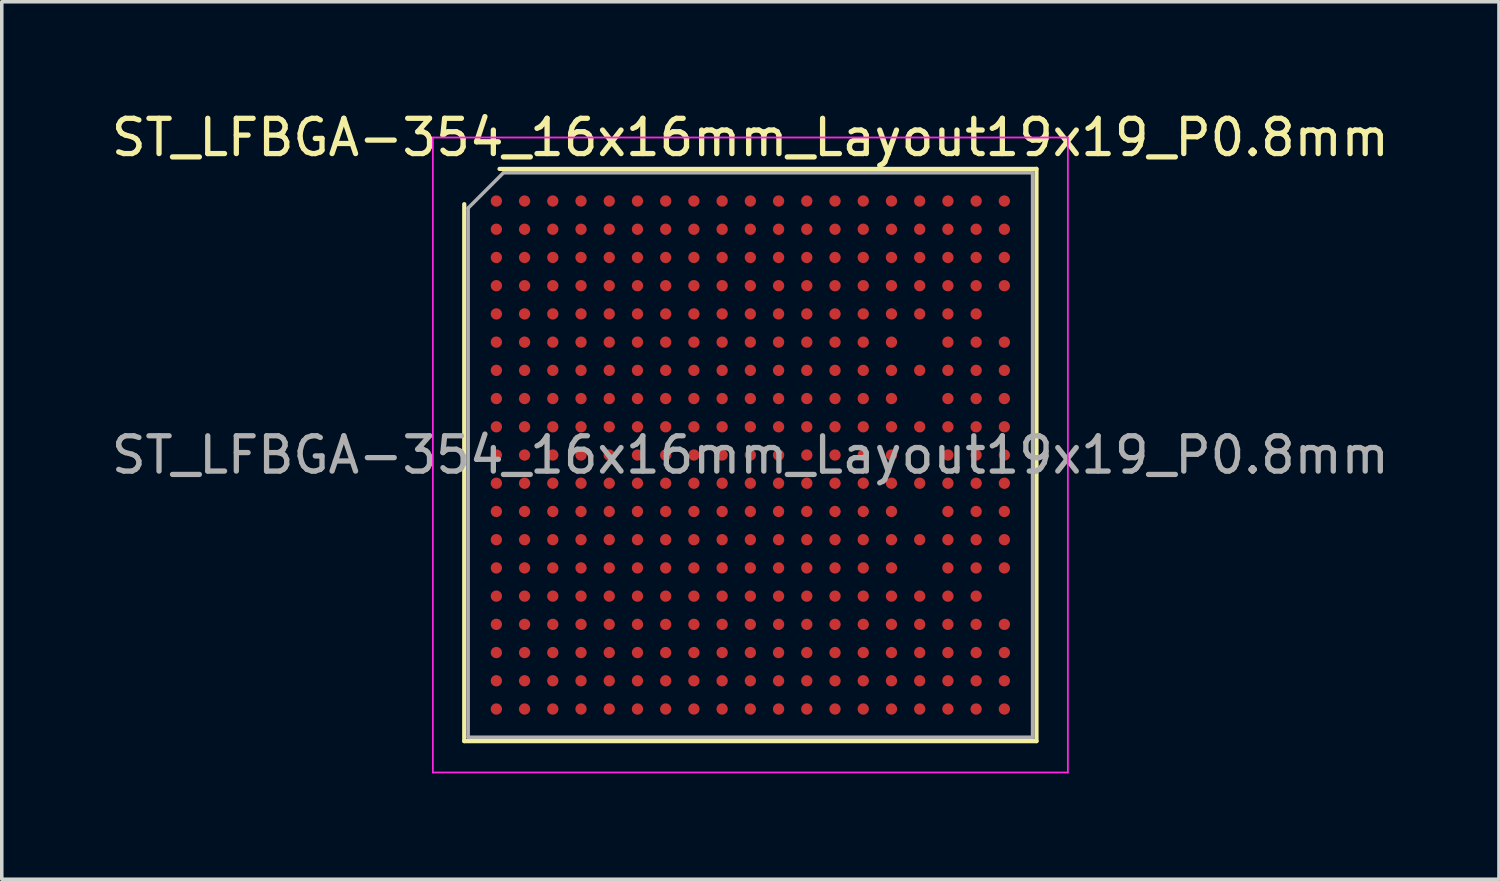
<source format=kicad_pcb>
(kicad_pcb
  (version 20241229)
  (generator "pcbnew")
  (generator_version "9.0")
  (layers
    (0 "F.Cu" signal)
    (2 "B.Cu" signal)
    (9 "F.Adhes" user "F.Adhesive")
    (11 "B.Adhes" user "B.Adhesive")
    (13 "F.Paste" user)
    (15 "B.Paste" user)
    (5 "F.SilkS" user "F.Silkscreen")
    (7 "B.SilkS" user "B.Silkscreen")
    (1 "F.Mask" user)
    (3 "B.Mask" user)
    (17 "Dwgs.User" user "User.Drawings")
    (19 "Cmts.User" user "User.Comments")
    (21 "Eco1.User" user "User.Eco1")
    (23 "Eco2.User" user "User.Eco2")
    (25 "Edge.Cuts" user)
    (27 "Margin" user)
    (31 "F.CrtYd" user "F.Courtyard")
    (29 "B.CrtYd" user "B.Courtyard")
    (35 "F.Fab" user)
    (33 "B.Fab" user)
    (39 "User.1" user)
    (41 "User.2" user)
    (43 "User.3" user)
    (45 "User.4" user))
  (footprint "ST_LFBGA-354_16x16mm_Layout19x19_P0.8mm"
    (layer "F.Cu")
    (at 18.22 9.848)
    (property "Reference" "ST_LFBGA-354_16x16mm_Layout19x19_P0.8mm" (at 0 -9 0) (layer "F.SilkS") (effects (font (size 1 1) (thickness 0.15))))
    (attr smd)
    (fp_line (start -8.11 8.11) (end -8.11 -7.11) (stroke (width 0.12) (type solid)) (layer "F.SilkS"))
    (fp_line (start -7.11 -8.11) (end 8.11 -8.11) (stroke (width 0.12) (type solid)) (layer "F.SilkS"))
    (fp_line (start 8.11 -8.11) (end 8.11 8.11) (stroke (width 0.12) (type solid)) (layer "F.SilkS"))
    (fp_line (start 8.11 8.11) (end -8.11 8.11) (stroke (width 0.12) (type solid)) (layer "F.SilkS"))
    (fp_line (start -9 -9) (end -9 9) (stroke (width 0.05) (type solid)) (layer "F.CrtYd"))
    (fp_line (start -9 9) (end 9 9) (stroke (width 0.05) (type solid)) (layer "F.CrtYd"))
    (fp_line (start 9 -9) (end -9 -9) (stroke (width 0.05) (type solid)) (layer "F.CrtYd"))
    (fp_line (start 9 9) (end 9 -9) (stroke (width 0.05) (type solid)) (layer "F.CrtYd"))
    (fp_line (start -8 -7) (end -7 -8) (stroke (width 0.1) (type solid)) (layer "F.Fab"))
    (fp_line (start -8 8) (end -8 -7) (stroke (width 0.1) (type solid)) (layer "F.Fab"))
    (fp_line (start -7 -8) (end 8 -8) (stroke (width 0.1) (type solid)) (layer "F.Fab"))
    (fp_line (start 8 -8) (end 8 8) (stroke (width 0.1) (type solid)) (layer "F.Fab"))
    (fp_line (start 8 8) (end -8 8) (stroke (width 0.1) (type solid)) (layer "F.Fab"))
    (fp_text user "${REFERENCE}" (at 0 0 0) (layer "F.Fab") (effects (font (size 1 1) (thickness 0.15))))
    (pad "A1" smd circle (at -7.2 -7.2) (size 0.32 0.32) (layers "F.Cu" "F.Mask" "F.Paste"))
    (pad "A2" smd circle (at -6.4 -7.2) (size 0.32 0.32) (layers "F.Cu" "F.Mask" "F.Paste"))
    (pad "A3" smd circle (at -5.6 -7.2) (size 0.32 0.32) (layers "F.Cu" "F.Mask" "F.Paste"))
    (pad "A4" smd circle (at -4.8 -7.2) (size 0.32 0.32) (layers "F.Cu" "F.Mask" "F.Paste"))
    (pad "A5" smd circle (at -4 -7.2) (size 0.32 0.32) (layers "F.Cu" "F.Mask" "F.Paste"))
    (pad "A6" smd circle (at -3.2 -7.2) (size 0.32 0.32) (layers "F.Cu" "F.Mask" "F.Paste"))
    (pad "A7" smd circle (at -2.4 -7.2) (size 0.32 0.32) (layers "F.Cu" "F.Mask" "F.Paste"))
    (pad "A8" smd circle (at -1.6 -7.2) (size 0.32 0.32) (layers "F.Cu" "F.Mask" "F.Paste"))
    (pad "A9" smd circle (at -0.8 -7.2) (size 0.32 0.32) (layers "F.Cu" "F.Mask" "F.Paste"))
    (pad "A10" smd circle (at 0 -7.2) (size 0.32 0.32) (layers "F.Cu" "F.Mask" "F.Paste"))
    (pad "A11" smd circle (at 0.8 -7.2) (size 0.32 0.32) (layers "F.Cu" "F.Mask" "F.Paste"))
    (pad "A12" smd circle (at 1.6 -7.2) (size 0.32 0.32) (layers "F.Cu" "F.Mask" "F.Paste"))
    (pad "A13" smd circle (at 2.4 -7.2) (size 0.32 0.32) (layers "F.Cu" "F.Mask" "F.Paste"))
    (pad "A14" smd circle (at 3.2 -7.2) (size 0.32 0.32) (layers "F.Cu" "F.Mask" "F.Paste"))
    (pad "A15" smd circle (at 4 -7.2) (size 0.32 0.32) (layers "F.Cu" "F.Mask" "F.Paste"))
    (pad "A16" smd circle (at 4.8 -7.2) (size 0.32 0.32) (layers "F.Cu" "F.Mask" "F.Paste"))
    (pad "A17" smd circle (at 5.6 -7.2) (size 0.32 0.32) (layers "F.Cu" "F.Mask" "F.Paste"))
    (pad "A18" smd circle (at 6.4 -7.2) (size 0.32 0.32) (layers "F.Cu" "F.Mask" "F.Paste"))
    (pad "A19" smd circle (at 7.2 -7.2) (size 0.32 0.32) (layers "F.Cu" "F.Mask" "F.Paste"))
    (pad "B1" smd circle (at -7.2 -6.4) (size 0.32 0.32) (layers "F.Cu" "F.Mask" "F.Paste"))
    (pad "B2" smd circle (at -6.4 -6.4) (size 0.32 0.32) (layers "F.Cu" "F.Mask" "F.Paste"))
    (pad "B3" smd circle (at -5.6 -6.4) (size 0.32 0.32) (layers "F.Cu" "F.Mask" "F.Paste"))
    (pad "B4" smd circle (at -4.8 -6.4) (size 0.32 0.32) (layers "F.Cu" "F.Mask" "F.Paste"))
    (pad "B5" smd circle (at -4 -6.4) (size 0.32 0.32) (layers "F.Cu" "F.Mask" "F.Paste"))
    (pad "B6" smd circle (at -3.2 -6.4) (size 0.32 0.32) (layers "F.Cu" "F.Mask" "F.Paste"))
    (pad "B7" smd circle (at -2.4 -6.4) (size 0.32 0.32) (layers "F.Cu" "F.Mask" "F.Paste"))
    (pad "B8" smd circle (at -1.6 -6.4) (size 0.32 0.32) (layers "F.Cu" "F.Mask" "F.Paste"))
    (pad "B9" smd circle (at -0.8 -6.4) (size 0.32 0.32) (layers "F.Cu" "F.Mask" "F.Paste"))
    (pad "B10" smd circle (at 0 -6.4) (size 0.32 0.32) (layers "F.Cu" "F.Mask" "F.Paste"))
    (pad "B11" smd circle (at 0.8 -6.4) (size 0.32 0.32) (layers "F.Cu" "F.Mask" "F.Paste"))
    (pad "B12" smd circle (at 1.6 -6.4) (size 0.32 0.32) (layers "F.Cu" "F.Mask" "F.Paste"))
    (pad "B13" smd circle (at 2.4 -6.4) (size 0.32 0.32) (layers "F.Cu" "F.Mask" "F.Paste"))
    (pad "B14" smd circle (at 3.2 -6.4) (size 0.32 0.32) (layers "F.Cu" "F.Mask" "F.Paste"))
    (pad "B15" smd circle (at 4 -6.4) (size 0.32 0.32) (layers "F.Cu" "F.Mask" "F.Paste"))
    (pad "B16" smd circle (at 4.8 -6.4) (size 0.32 0.32) (layers "F.Cu" "F.Mask" "F.Paste"))
    (pad "B17" smd circle (at 5.6 -6.4) (size 0.32 0.32) (layers "F.Cu" "F.Mask" "F.Paste"))
    (pad "B18" smd circle (at 6.4 -6.4) (size 0.32 0.32) (layers "F.Cu" "F.Mask" "F.Paste"))
    (pad "B19" smd circle (at 7.2 -6.4) (size 0.32 0.32) (layers "F.Cu" "F.Mask" "F.Paste"))
    (pad "C1" smd circle (at -7.2 -5.6) (size 0.32 0.32) (layers "F.Cu" "F.Mask" "F.Paste"))
    (pad "C2" smd circle (at -6.4 -5.6) (size 0.32 0.32) (layers "F.Cu" "F.Mask" "F.Paste"))
    (pad "C3" smd circle (at -5.6 -5.6) (size 0.32 0.32) (layers "F.Cu" "F.Mask" "F.Paste"))
    (pad "C4" smd circle (at -4.8 -5.6) (size 0.32 0.32) (layers "F.Cu" "F.Mask" "F.Paste"))
    (pad "C5" smd circle (at -4 -5.6) (size 0.32 0.32) (layers "F.Cu" "F.Mask" "F.Paste"))
    (pad "C6" smd circle (at -3.2 -5.6) (size 0.32 0.32) (layers "F.Cu" "F.Mask" "F.Paste"))
    (pad "C7" smd circle (at -2.4 -5.6) (size 0.32 0.32) (layers "F.Cu" "F.Mask" "F.Paste"))
    (pad "C8" smd circle (at -1.6 -5.6) (size 0.32 0.32) (layers "F.Cu" "F.Mask" "F.Paste"))
    (pad "C9" smd circle (at -0.8 -5.6) (size 0.32 0.32) (layers "F.Cu" "F.Mask" "F.Paste"))
    (pad "C10" smd circle (at 0 -5.6) (size 0.32 0.32) (layers "F.Cu" "F.Mask" "F.Paste"))
    (pad "C11" smd circle (at 0.8 -5.6) (size 0.32 0.32) (layers "F.Cu" "F.Mask" "F.Paste"))
    (pad "C12" smd circle (at 1.6 -5.6) (size 0.32 0.32) (layers "F.Cu" "F.Mask" "F.Paste"))
    (pad "C13" smd circle (at 2.4 -5.6) (size 0.32 0.32) (layers "F.Cu" "F.Mask" "F.Paste"))
    (pad "C14" smd circle (at 3.2 -5.6) (size 0.32 0.32) (layers "F.Cu" "F.Mask" "F.Paste"))
    (pad "C15" smd circle (at 4 -5.6) (size 0.32 0.32) (layers "F.Cu" "F.Mask" "F.Paste"))
    (pad "C16" smd circle (at 4.8 -5.6) (size 0.32 0.32) (layers "F.Cu" "F.Mask" "F.Paste"))
    (pad "C17" smd circle (at 5.6 -5.6) (size 0.32 0.32) (layers "F.Cu" "F.Mask" "F.Paste"))
    (pad "C18" smd circle (at 6.4 -5.6) (size 0.32 0.32) (layers "F.Cu" "F.Mask" "F.Paste"))
    (pad "C19" smd circle (at 7.2 -5.6) (size 0.32 0.32) (layers "F.Cu" "F.Mask" "F.Paste"))
    (pad "D1" smd circle (at -7.2 -4.8) (size 0.32 0.32) (layers "F.Cu" "F.Mask" "F.Paste"))
    (pad "D2" smd circle (at -6.4 -4.8) (size 0.32 0.32) (layers "F.Cu" "F.Mask" "F.Paste"))
    (pad "D3" smd circle (at -5.6 -4.8) (size 0.32 0.32) (layers "F.Cu" "F.Mask" "F.Paste"))
    (pad "D4" smd circle (at -4.8 -4.8) (size 0.32 0.32) (layers "F.Cu" "F.Mask" "F.Paste"))
    (pad "D5" smd circle (at -4 -4.8) (size 0.32 0.32) (layers "F.Cu" "F.Mask" "F.Paste"))
    (pad "D6" smd circle (at -3.2 -4.8) (size 0.32 0.32) (layers "F.Cu" "F.Mask" "F.Paste"))
    (pad "D7" smd circle (at -2.4 -4.8) (size 0.32 0.32) (layers "F.Cu" "F.Mask" "F.Paste"))
    (pad "D8" smd circle (at -1.6 -4.8) (size 0.32 0.32) (layers "F.Cu" "F.Mask" "F.Paste"))
    (pad "D9" smd circle (at -0.8 -4.8) (size 0.32 0.32) (layers "F.Cu" "F.Mask" "F.Paste"))
    (pad "D10" smd circle (at 0 -4.8) (size 0.32 0.32) (layers "F.Cu" "F.Mask" "F.Paste"))
    (pad "D11" smd circle (at 0.8 -4.8) (size 0.32 0.32) (layers "F.Cu" "F.Mask" "F.Paste"))
    (pad "D12" smd circle (at 1.6 -4.8) (size 0.32 0.32) (layers "F.Cu" "F.Mask" "F.Paste"))
    (pad "D13" smd circle (at 2.4 -4.8) (size 0.32 0.32) (layers "F.Cu" "F.Mask" "F.Paste"))
    (pad "D14" smd circle (at 3.2 -4.8) (size 0.32 0.32) (layers "F.Cu" "F.Mask" "F.Paste"))
    (pad "D15" smd circle (at 4 -4.8) (size 0.32 0.32) (layers "F.Cu" "F.Mask" "F.Paste"))
    (pad "D16" smd circle (at 4.8 -4.8) (size 0.32 0.32) (layers "F.Cu" "F.Mask" "F.Paste"))
    (pad "D17" smd circle (at 5.6 -4.8) (size 0.32 0.32) (layers "F.Cu" "F.Mask" "F.Paste"))
    (pad "D18" smd circle (at 6.4 -4.8) (size 0.32 0.32) (layers "F.Cu" "F.Mask" "F.Paste"))
    (pad "D19" smd circle (at 7.2 -4.8) (size 0.32 0.32) (layers "F.Cu" "F.Mask" "F.Paste"))
    (pad "E1" smd circle (at -7.2 -4) (size 0.32 0.32) (layers "F.Cu" "F.Mask" "F.Paste"))
    (pad "E2" smd circle (at -6.4 -4) (size 0.32 0.32) (layers "F.Cu" "F.Mask" "F.Paste"))
    (pad "E3" smd circle (at -5.6 -4) (size 0.32 0.32) (layers "F.Cu" "F.Mask" "F.Paste"))
    (pad "E4" smd circle (at -4.8 -4) (size 0.32 0.32) (layers "F.Cu" "F.Mask" "F.Paste"))
    (pad "E5" smd circle (at -4 -4) (size 0.32 0.32) (layers "F.Cu" "F.Mask" "F.Paste"))
    (pad "E6" smd circle (at -3.2 -4) (size 0.32 0.32) (layers "F.Cu" "F.Mask" "F.Paste"))
    (pad "E7" smd circle (at -2.4 -4) (size 0.32 0.32) (layers "F.Cu" "F.Mask" "F.Paste"))
    (pad "E8" smd circle (at -1.6 -4) (size 0.32 0.32) (layers "F.Cu" "F.Mask" "F.Paste"))
    (pad "E9" smd circle (at -0.8 -4) (size 0.32 0.32) (layers "F.Cu" "F.Mask" "F.Paste"))
    (pad "E10" smd circle (at 0 -4) (size 0.32 0.32) (layers "F.Cu" "F.Mask" "F.Paste"))
    (pad "E11" smd circle (at 0.8 -4) (size 0.32 0.32) (layers "F.Cu" "F.Mask" "F.Paste"))
    (pad "E12" smd circle (at 1.6 -4) (size 0.32 0.32) (layers "F.Cu" "F.Mask" "F.Paste"))
    (pad "E13" smd circle (at 2.4 -4) (size 0.32 0.32) (layers "F.Cu" "F.Mask" "F.Paste"))
    (pad "E14" smd circle (at 3.2 -4) (size 0.32 0.32) (layers "F.Cu" "F.Mask" "F.Paste"))
    (pad "E15" smd circle (at 4 -4) (size 0.32 0.32) (layers "F.Cu" "F.Mask" "F.Paste"))
    (pad "E16" smd circle (at 4.8 -4) (size 0.32 0.32) (layers "F.Cu" "F.Mask" "F.Paste"))
    (pad "E17" smd circle (at 5.6 -4) (size 0.32 0.32) (layers "F.Cu" "F.Mask" "F.Paste"))
    (pad "E18" smd circle (at 6.4 -4) (size 0.32 0.32) (layers "F.Cu" "F.Mask" "F.Paste"))
    (pad "F1" smd circle (at -7.2 -3.2) (size 0.32 0.32) (layers "F.Cu" "F.Mask" "F.Paste"))
    (pad "F2" smd circle (at -6.4 -3.2) (size 0.32 0.32) (layers "F.Cu" "F.Mask" "F.Paste"))
    (pad "F3" smd circle (at -5.6 -3.2) (size 0.32 0.32) (layers "F.Cu" "F.Mask" "F.Paste"))
    (pad "F4" smd circle (at -4.8 -3.2) (size 0.32 0.32) (layers "F.Cu" "F.Mask" "F.Paste"))
    (pad "F5" smd circle (at -4 -3.2) (size 0.32 0.32) (layers "F.Cu" "F.Mask" "F.Paste"))
    (pad "F6" smd circle (at -3.2 -3.2) (size 0.32 0.32) (layers "F.Cu" "F.Mask" "F.Paste"))
    (pad "F7" smd circle (at -2.4 -3.2) (size 0.32 0.32) (layers "F.Cu" "F.Mask" "F.Paste"))
    (pad "F8" smd circle (at -1.6 -3.2) (size 0.32 0.32) (layers "F.Cu" "F.Mask" "F.Paste"))
    (pad "F9" smd circle (at -0.8 -3.2) (size 0.32 0.32) (layers "F.Cu" "F.Mask" "F.Paste"))
    (pad "F10" smd circle (at 0 -3.2) (size 0.32 0.32) (layers "F.Cu" "F.Mask" "F.Paste"))
    (pad "F11" smd circle (at 0.8 -3.2) (size 0.32 0.32) (layers "F.Cu" "F.Mask" "F.Paste"))
    (pad "F12" smd circle (at 1.6 -3.2) (size 0.32 0.32) (layers "F.Cu" "F.Mask" "F.Paste"))
    (pad "F13" smd circle (at 2.4 -3.2) (size 0.32 0.32) (layers "F.Cu" "F.Mask" "F.Paste"))
    (pad "F14" smd circle (at 3.2 -3.2) (size 0.32 0.32) (layers "F.Cu" "F.Mask" "F.Paste"))
    (pad "F15" smd circle (at 4 -3.2) (size 0.32 0.32) (layers "F.Cu" "F.Mask" "F.Paste"))
    (pad "F17" smd circle (at 5.6 -3.2) (size 0.32 0.32) (layers "F.Cu" "F.Mask" "F.Paste"))
    (pad "F18" smd circle (at 6.4 -3.2) (size 0.32 0.32) (layers "F.Cu" "F.Mask" "F.Paste"))
    (pad "F19" smd circle (at 7.2 -3.2) (size 0.32 0.32) (layers "F.Cu" "F.Mask" "F.Paste"))
    (pad "G1" smd circle (at -7.2 -2.4) (size 0.32 0.32) (layers "F.Cu" "F.Mask" "F.Paste"))
    (pad "G2" smd circle (at -6.4 -2.4) (size 0.32 0.32) (layers "F.Cu" "F.Mask" "F.Paste"))
    (pad "G3" smd circle (at -5.6 -2.4) (size 0.32 0.32) (layers "F.Cu" "F.Mask" "F.Paste"))
    (pad "G4" smd circle (at -4.8 -2.4) (size 0.32 0.32) (layers "F.Cu" "F.Mask" "F.Paste"))
    (pad "G5" smd circle (at -4 -2.4) (size 0.32 0.32) (layers "F.Cu" "F.Mask" "F.Paste"))
    (pad "G6" smd circle (at -3.2 -2.4) (size 0.32 0.32) (layers "F.Cu" "F.Mask" "F.Paste"))
    (pad "G7" smd circle (at -2.4 -2.4) (size 0.32 0.32) (layers "F.Cu" "F.Mask" "F.Paste"))
    (pad "G8" smd circle (at -1.6 -2.4) (size 0.32 0.32) (layers "F.Cu" "F.Mask" "F.Paste"))
    (pad "G9" smd circle (at -0.8 -2.4) (size 0.32 0.32) (layers "F.Cu" "F.Mask" "F.Paste"))
    (pad "G10" smd circle (at 0 -2.4) (size 0.32 0.32) (layers "F.Cu" "F.Mask" "F.Paste"))
    (pad "G11" smd circle (at 0.8 -2.4) (size 0.32 0.32) (layers "F.Cu" "F.Mask" "F.Paste"))
    (pad "G12" smd circle (at 1.6 -2.4) (size 0.32 0.32) (layers "F.Cu" "F.Mask" "F.Paste"))
    (pad "G13" smd circle (at 2.4 -2.4) (size 0.32 0.32) (layers "F.Cu" "F.Mask" "F.Paste"))
    (pad "G14" smd circle (at 3.2 -2.4) (size 0.32 0.32) (layers "F.Cu" "F.Mask" "F.Paste"))
    (pad "G15" smd circle (at 4 -2.4) (size 0.32 0.32) (layers "F.Cu" "F.Mask" "F.Paste"))
    (pad "G16" smd circle (at 4.8 -2.4) (size 0.32 0.32) (layers "F.Cu" "F.Mask" "F.Paste"))
    (pad "G17" smd circle (at 5.6 -2.4) (size 0.32 0.32) (layers "F.Cu" "F.Mask" "F.Paste"))
    (pad "G18" smd circle (at 6.4 -2.4) (size 0.32 0.32) (layers "F.Cu" "F.Mask" "F.Paste"))
    (pad "G19" smd circle (at 7.2 -2.4) (size 0.32 0.32) (layers "F.Cu" "F.Mask" "F.Paste"))
    (pad "H1" smd circle (at -7.2 -1.6) (size 0.32 0.32) (layers "F.Cu" "F.Mask" "F.Paste"))
    (pad "H2" smd circle (at -6.4 -1.6) (size 0.32 0.32) (layers "F.Cu" "F.Mask" "F.Paste"))
    (pad "H3" smd circle (at -5.6 -1.6) (size 0.32 0.32) (layers "F.Cu" "F.Mask" "F.Paste"))
    (pad "H4" smd circle (at -4.8 -1.6) (size 0.32 0.32) (layers "F.Cu" "F.Mask" "F.Paste"))
    (pad "H5" smd circle (at -4 -1.6) (size 0.32 0.32) (layers "F.Cu" "F.Mask" "F.Paste"))
    (pad "H6" smd circle (at -3.2 -1.6) (size 0.32 0.32) (layers "F.Cu" "F.Mask" "F.Paste"))
    (pad "H7" smd circle (at -2.4 -1.6) (size 0.32 0.32) (layers "F.Cu" "F.Mask" "F.Paste"))
    (pad "H8" smd circle (at -1.6 -1.6) (size 0.32 0.32) (layers "F.Cu" "F.Mask" "F.Paste"))
    (pad "H9" smd circle (at -0.8 -1.6) (size 0.32 0.32) (layers "F.Cu" "F.Mask" "F.Paste"))
    (pad "H10" smd circle (at 0 -1.6) (size 0.32 0.32) (layers "F.Cu" "F.Mask" "F.Paste"))
    (pad "H11" smd circle (at 0.8 -1.6) (size 0.32 0.32) (layers "F.Cu" "F.Mask" "F.Paste"))
    (pad "H12" smd circle (at 1.6 -1.6) (size 0.32 0.32) (layers "F.Cu" "F.Mask" "F.Paste"))
    (pad "H13" smd circle (at 2.4 -1.6) (size 0.32 0.32) (layers "F.Cu" "F.Mask" "F.Paste"))
    (pad "H14" smd circle (at 3.2 -1.6) (size 0.32 0.32) (layers "F.Cu" "F.Mask" "F.Paste"))
    (pad "H15" smd circle (at 4 -1.6) (size 0.32 0.32) (layers "F.Cu" "F.Mask" "F.Paste"))
    (pad "H17" smd circle (at 5.6 -1.6) (size 0.32 0.32) (layers "F.Cu" "F.Mask" "F.Paste"))
    (pad "H18" smd circle (at 6.4 -1.6) (size 0.32 0.32) (layers "F.Cu" "F.Mask" "F.Paste"))
    (pad "H19" smd circle (at 7.2 -1.6) (size 0.32 0.32) (layers "F.Cu" "F.Mask" "F.Paste"))
    (pad "J1" smd circle (at -7.2 -0.8) (size 0.32 0.32) (layers "F.Cu" "F.Mask" "F.Paste"))
    (pad "J2" smd circle (at -6.4 -0.8) (size 0.32 0.32) (layers "F.Cu" "F.Mask" "F.Paste"))
    (pad "J3" smd circle (at -5.6 -0.8) (size 0.32 0.32) (layers "F.Cu" "F.Mask" "F.Paste"))
    (pad "J4" smd circle (at -4.8 -0.8) (size 0.32 0.32) (layers "F.Cu" "F.Mask" "F.Paste"))
    (pad "J5" smd circle (at -4 -0.8) (size 0.32 0.32) (layers "F.Cu" "F.Mask" "F.Paste"))
    (pad "J6" smd circle (at -3.2 -0.8) (size 0.32 0.32) (layers "F.Cu" "F.Mask" "F.Paste"))
    (pad "J7" smd circle (at -2.4 -0.8) (size 0.32 0.32) (layers "F.Cu" "F.Mask" "F.Paste"))
    (pad "J8" smd circle (at -1.6 -0.8) (size 0.32 0.32) (layers "F.Cu" "F.Mask" "F.Paste"))
    (pad "J9" smd circle (at -0.8 -0.8) (size 0.32 0.32) (layers "F.Cu" "F.Mask" "F.Paste"))
    (pad "J10" smd circle (at 0 -0.8) (size 0.32 0.32) (layers "F.Cu" "F.Mask" "F.Paste"))
    (pad "J11" smd circle (at 0.8 -0.8) (size 0.32 0.32) (layers "F.Cu" "F.Mask" "F.Paste"))
    (pad "J12" smd circle (at 1.6 -0.8) (size 0.32 0.32) (layers "F.Cu" "F.Mask" "F.Paste"))
    (pad "J13" smd circle (at 2.4 -0.8) (size 0.32 0.32) (layers "F.Cu" "F.Mask" "F.Paste"))
    (pad "J14" smd circle (at 3.2 -0.8) (size 0.32 0.32) (layers "F.Cu" "F.Mask" "F.Paste"))
    (pad "J15" smd circle (at 4 -0.8) (size 0.32 0.32) (layers "F.Cu" "F.Mask" "F.Paste"))
    (pad "J16" smd circle (at 4.8 -0.8) (size 0.32 0.32) (layers "F.Cu" "F.Mask" "F.Paste"))
    (pad "J17" smd circle (at 5.6 -0.8) (size 0.32 0.32) (layers "F.Cu" "F.Mask" "F.Paste"))
    (pad "J18" smd circle (at 6.4 -0.8) (size 0.32 0.32) (layers "F.Cu" "F.Mask" "F.Paste"))
    (pad "J19" smd circle (at 7.2 -0.8) (size 0.32 0.32) (layers "F.Cu" "F.Mask" "F.Paste"))
    (pad "K1" smd circle (at -7.2 0) (size 0.32 0.32) (layers "F.Cu" "F.Mask" "F.Paste"))
    (pad "K2" smd circle (at -6.4 0) (size 0.32 0.32) (layers "F.Cu" "F.Mask" "F.Paste"))
    (pad "K3" smd circle (at -5.6 0) (size 0.32 0.32) (layers "F.Cu" "F.Mask" "F.Paste"))
    (pad "K4" smd circle (at -4.8 0) (size 0.32 0.32) (layers "F.Cu" "F.Mask" "F.Paste"))
    (pad "K5" smd circle (at -4 0) (size 0.32 0.32) (layers "F.Cu" "F.Mask" "F.Paste"))
    (pad "K6" smd circle (at -3.2 0) (size 0.32 0.32) (layers "F.Cu" "F.Mask" "F.Paste"))
    (pad "K7" smd circle (at -2.4 0) (size 0.32 0.32) (layers "F.Cu" "F.Mask" "F.Paste"))
    (pad "K8" smd circle (at -1.6 0) (size 0.32 0.32) (layers "F.Cu" "F.Mask" "F.Paste"))
    (pad "K9" smd circle (at -0.8 0) (size 0.32 0.32) (layers "F.Cu" "F.Mask" "F.Paste"))
    (pad "K10" smd circle (at 0 0) (size 0.32 0.32) (layers "F.Cu" "F.Mask" "F.Paste"))
    (pad "K11" smd circle (at 0.8 0) (size 0.32 0.32) (layers "F.Cu" "F.Mask" "F.Paste"))
    (pad "K12" smd circle (at 1.6 0) (size 0.32 0.32) (layers "F.Cu" "F.Mask" "F.Paste"))
    (pad "K13" smd circle (at 2.4 0) (size 0.32 0.32) (layers "F.Cu" "F.Mask" "F.Paste"))
    (pad "K14" smd circle (at 3.2 0) (size 0.32 0.32) (layers "F.Cu" "F.Mask" "F.Paste"))
    (pad "K15" smd circle (at 4 0) (size 0.32 0.32) (layers "F.Cu" "F.Mask" "F.Paste"))
    (pad "K17" smd circle (at 5.6 0) (size 0.32 0.32) (layers "F.Cu" "F.Mask" "F.Paste"))
    (pad "K18" smd circle (at 6.4 0) (size 0.32 0.32) (layers "F.Cu" "F.Mask" "F.Paste"))
    (pad "K19" smd circle (at 7.2 0) (size 0.32 0.32) (layers "F.Cu" "F.Mask" "F.Paste"))
    (pad "L1" smd circle (at -7.2 0.8) (size 0.32 0.32) (layers "F.Cu" "F.Mask" "F.Paste"))
    (pad "L2" smd circle (at -6.4 0.8) (size 0.32 0.32) (layers "F.Cu" "F.Mask" "F.Paste"))
    (pad "L3" smd circle (at -5.6 0.8) (size 0.32 0.32) (layers "F.Cu" "F.Mask" "F.Paste"))
    (pad "L4" smd circle (at -4.8 0.8) (size 0.32 0.32) (layers "F.Cu" "F.Mask" "F.Paste"))
    (pad "L5" smd circle (at -4 0.8) (size 0.32 0.32) (layers "F.Cu" "F.Mask" "F.Paste"))
    (pad "L6" smd circle (at -3.2 0.8) (size 0.32 0.32) (layers "F.Cu" "F.Mask" "F.Paste"))
    (pad "L7" smd circle (at -2.4 0.8) (size 0.32 0.32) (layers "F.Cu" "F.Mask" "F.Paste"))
    (pad "L8" smd circle (at -1.6 0.8) (size 0.32 0.32) (layers "F.Cu" "F.Mask" "F.Paste"))
    (pad "L9" smd circle (at -0.8 0.8) (size 0.32 0.32) (layers "F.Cu" "F.Mask" "F.Paste"))
    (pad "L10" smd circle (at 0 0.8) (size 0.32 0.32) (layers "F.Cu" "F.Mask" "F.Paste"))
    (pad "L11" smd circle (at 0.8 0.8) (size 0.32 0.32) (layers "F.Cu" "F.Mask" "F.Paste"))
    (pad "L12" smd circle (at 1.6 0.8) (size 0.32 0.32) (layers "F.Cu" "F.Mask" "F.Paste"))
    (pad "L13" smd circle (at 2.4 0.8) (size 0.32 0.32) (layers "F.Cu" "F.Mask" "F.Paste"))
    (pad "L14" smd circle (at 3.2 0.8) (size 0.32 0.32) (layers "F.Cu" "F.Mask" "F.Paste"))
    (pad "L15" smd circle (at 4 0.8) (size 0.32 0.32) (layers "F.Cu" "F.Mask" "F.Paste"))
    (pad "L16" smd circle (at 4.8 0.8) (size 0.32 0.32) (layers "F.Cu" "F.Mask" "F.Paste"))
    (pad "L17" smd circle (at 5.6 0.8) (size 0.32 0.32) (layers "F.Cu" "F.Mask" "F.Paste"))
    (pad "L18" smd circle (at 6.4 0.8) (size 0.32 0.32) (layers "F.Cu" "F.Mask" "F.Paste"))
    (pad "L19" smd circle (at 7.2 0.8) (size 0.32 0.32) (layers "F.Cu" "F.Mask" "F.Paste"))
    (pad "M1" smd circle (at -7.2 1.6) (size 0.32 0.32) (layers "F.Cu" "F.Mask" "F.Paste"))
    (pad "M2" smd circle (at -6.4 1.6) (size 0.32 0.32) (layers "F.Cu" "F.Mask" "F.Paste"))
    (pad "M3" smd circle (at -5.6 1.6) (size 0.32 0.32) (layers "F.Cu" "F.Mask" "F.Paste"))
    (pad "M4" smd circle (at -4.8 1.6) (size 0.32 0.32) (layers "F.Cu" "F.Mask" "F.Paste"))
    (pad "M5" smd circle (at -4 1.6) (size 0.32 0.32) (layers "F.Cu" "F.Mask" "F.Paste"))
    (pad "M6" smd circle (at -3.2 1.6) (size 0.32 0.32) (layers "F.Cu" "F.Mask" "F.Paste"))
    (pad "M7" smd circle (at -2.4 1.6) (size 0.32 0.32) (layers "F.Cu" "F.Mask" "F.Paste"))
    (pad "M8" smd circle (at -1.6 1.6) (size 0.32 0.32) (layers "F.Cu" "F.Mask" "F.Paste"))
    (pad "M9" smd circle (at -0.8 1.6) (size 0.32 0.32) (layers "F.Cu" "F.Mask" "F.Paste"))
    (pad "M10" smd circle (at 0 1.6) (size 0.32 0.32) (layers "F.Cu" "F.Mask" "F.Paste"))
    (pad "M11" smd circle (at 0.8 1.6) (size 0.32 0.32) (layers "F.Cu" "F.Mask" "F.Paste"))
    (pad "M12" smd circle (at 1.6 1.6) (size 0.32 0.32) (layers "F.Cu" "F.Mask" "F.Paste"))
    (pad "M13" smd circle (at 2.4 1.6) (size 0.32 0.32) (layers "F.Cu" "F.Mask" "F.Paste"))
    (pad "M14" smd circle (at 3.2 1.6) (size 0.32 0.32) (layers "F.Cu" "F.Mask" "F.Paste"))
    (pad "M15" smd circle (at 4 1.6) (size 0.32 0.32) (layers "F.Cu" "F.Mask" "F.Paste"))
    (pad "M17" smd circle (at 5.6 1.6) (size 0.32 0.32) (layers "F.Cu" "F.Mask" "F.Paste"))
    (pad "M18" smd circle (at 6.4 1.6) (size 0.32 0.32) (layers "F.Cu" "F.Mask" "F.Paste"))
    (pad "M19" smd circle (at 7.2 1.6) (size 0.32 0.32) (layers "F.Cu" "F.Mask" "F.Paste"))
    (pad "N1" smd circle (at -7.2 2.4) (size 0.32 0.32) (layers "F.Cu" "F.Mask" "F.Paste"))
    (pad "N2" smd circle (at -6.4 2.4) (size 0.32 0.32) (layers "F.Cu" "F.Mask" "F.Paste"))
    (pad "N3" smd circle (at -5.6 2.4) (size 0.32 0.32) (layers "F.Cu" "F.Mask" "F.Paste"))
    (pad "N4" smd circle (at -4.8 2.4) (size 0.32 0.32) (layers "F.Cu" "F.Mask" "F.Paste"))
    (pad "N5" smd circle (at -4 2.4) (size 0.32 0.32) (layers "F.Cu" "F.Mask" "F.Paste"))
    (pad "N6" smd circle (at -3.2 2.4) (size 0.32 0.32) (layers "F.Cu" "F.Mask" "F.Paste"))
    (pad "N7" smd circle (at -2.4 2.4) (size 0.32 0.32) (layers "F.Cu" "F.Mask" "F.Paste"))
    (pad "N8" smd circle (at -1.6 2.4) (size 0.32 0.32) (layers "F.Cu" "F.Mask" "F.Paste"))
    (pad "N9" smd circle (at -0.8 2.4) (size 0.32 0.32) (layers "F.Cu" "F.Mask" "F.Paste"))
    (pad "N10" smd circle (at 0 2.4) (size 0.32 0.32) (layers "F.Cu" "F.Mask" "F.Paste"))
    (pad "N11" smd circle (at 0.8 2.4) (size 0.32 0.32) (layers "F.Cu" "F.Mask" "F.Paste"))
    (pad "N12" smd circle (at 1.6 2.4) (size 0.32 0.32) (layers "F.Cu" "F.Mask" "F.Paste"))
    (pad "N13" smd circle (at 2.4 2.4) (size 0.32 0.32) (layers "F.Cu" "F.Mask" "F.Paste"))
    (pad "N14" smd circle (at 3.2 2.4) (size 0.32 0.32) (layers "F.Cu" "F.Mask" "F.Paste"))
    (pad "N15" smd circle (at 4 2.4) (size 0.32 0.32) (layers "F.Cu" "F.Mask" "F.Paste"))
    (pad "N16" smd circle (at 4.8 2.4) (size 0.32 0.32) (layers "F.Cu" "F.Mask" "F.Paste"))
    (pad "N17" smd circle (at 5.6 2.4) (size 0.32 0.32) (layers "F.Cu" "F.Mask" "F.Paste"))
    (pad "N18" smd circle (at 6.4 2.4) (size 0.32 0.32) (layers "F.Cu" "F.Mask" "F.Paste"))
    (pad "N19" smd circle (at 7.2 2.4) (size 0.32 0.32) (layers "F.Cu" "F.Mask" "F.Paste"))
    (pad "P1" smd circle (at -7.2 3.2) (size 0.32 0.32) (layers "F.Cu" "F.Mask" "F.Paste"))
    (pad "P2" smd circle (at -6.4 3.2) (size 0.32 0.32) (layers "F.Cu" "F.Mask" "F.Paste"))
    (pad "P3" smd circle (at -5.6 3.2) (size 0.32 0.32) (layers "F.Cu" "F.Mask" "F.Paste"))
    (pad "P4" smd circle (at -4.8 3.2) (size 0.32 0.32) (layers "F.Cu" "F.Mask" "F.Paste"))
    (pad "P5" smd circle (at -4 3.2) (size 0.32 0.32) (layers "F.Cu" "F.Mask" "F.Paste"))
    (pad "P6" smd circle (at -3.2 3.2) (size 0.32 0.32) (layers "F.Cu" "F.Mask" "F.Paste"))
    (pad "P7" smd circle (at -2.4 3.2) (size 0.32 0.32) (layers "F.Cu" "F.Mask" "F.Paste"))
    (pad "P8" smd circle (at -1.6 3.2) (size 0.32 0.32) (layers "F.Cu" "F.Mask" "F.Paste"))
    (pad "P9" smd circle (at -0.8 3.2) (size 0.32 0.32) (layers "F.Cu" "F.Mask" "F.Paste"))
    (pad "P10" smd circle (at 0 3.2) (size 0.32 0.32) (layers "F.Cu" "F.Mask" "F.Paste"))
    (pad "P11" smd circle (at 0.8 3.2) (size 0.32 0.32) (layers "F.Cu" "F.Mask" "F.Paste"))
    (pad "P12" smd circle (at 1.6 3.2) (size 0.32 0.32) (layers "F.Cu" "F.Mask" "F.Paste"))
    (pad "P13" smd circle (at 2.4 3.2) (size 0.32 0.32) (layers "F.Cu" "F.Mask" "F.Paste"))
    (pad "P14" smd circle (at 3.2 3.2) (size 0.32 0.32) (layers "F.Cu" "F.Mask" "F.Paste"))
    (pad "P15" smd circle (at 4 3.2) (size 0.32 0.32) (layers "F.Cu" "F.Mask" "F.Paste"))
    (pad "P17" smd circle (at 5.6 3.2) (size 0.32 0.32) (layers "F.Cu" "F.Mask" "F.Paste"))
    (pad "P18" smd circle (at 6.4 3.2) (size 0.32 0.32) (layers "F.Cu" "F.Mask" "F.Paste"))
    (pad "P19" smd circle (at 7.2 3.2) (size 0.32 0.32) (layers "F.Cu" "F.Mask" "F.Paste"))
    (pad "R1" smd circle (at -7.2 4) (size 0.32 0.32) (layers "F.Cu" "F.Mask" "F.Paste"))
    (pad "R2" smd circle (at -6.4 4) (size 0.32 0.32) (layers "F.Cu" "F.Mask" "F.Paste"))
    (pad "R3" smd circle (at -5.6 4) (size 0.32 0.32) (layers "F.Cu" "F.Mask" "F.Paste"))
    (pad "R4" smd circle (at -4.8 4) (size 0.32 0.32) (layers "F.Cu" "F.Mask" "F.Paste"))
    (pad "R5" smd circle (at -4 4) (size 0.32 0.32) (layers "F.Cu" "F.Mask" "F.Paste"))
    (pad "R6" smd circle (at -3.2 4) (size 0.32 0.32) (layers "F.Cu" "F.Mask" "F.Paste"))
    (pad "R7" smd circle (at -2.4 4) (size 0.32 0.32) (layers "F.Cu" "F.Mask" "F.Paste"))
    (pad "R8" smd circle (at -1.6 4) (size 0.32 0.32) (layers "F.Cu" "F.Mask" "F.Paste"))
    (pad "R9" smd circle (at -0.8 4) (size 0.32 0.32) (layers "F.Cu" "F.Mask" "F.Paste"))
    (pad "R10" smd circle (at 0 4) (size 0.32 0.32) (layers "F.Cu" "F.Mask" "F.Paste"))
    (pad "R11" smd circle (at 0.8 4) (size 0.32 0.32) (layers "F.Cu" "F.Mask" "F.Paste"))
    (pad "R12" smd circle (at 1.6 4) (size 0.32 0.32) (layers "F.Cu" "F.Mask" "F.Paste"))
    (pad "R13" smd circle (at 2.4 4) (size 0.32 0.32) (layers "F.Cu" "F.Mask" "F.Paste"))
    (pad "R14" smd circle (at 3.2 4) (size 0.32 0.32) (layers "F.Cu" "F.Mask" "F.Paste"))
    (pad "R15" smd circle (at 4 4) (size 0.32 0.32) (layers "F.Cu" "F.Mask" "F.Paste"))
    (pad "R16" smd circle (at 4.8 4) (size 0.32 0.32) (layers "F.Cu" "F.Mask" "F.Paste"))
    (pad "R17" smd circle (at 5.6 4) (size 0.32 0.32) (layers "F.Cu" "F.Mask" "F.Paste"))
    (pad "R18" smd circle (at 6.4 4) (size 0.32 0.32) (layers "F.Cu" "F.Mask" "F.Paste"))
    (pad "T1" smd circle (at -7.2 4.8) (size 0.32 0.32) (layers "F.Cu" "F.Mask" "F.Paste"))
    (pad "T2" smd circle (at -6.4 4.8) (size 0.32 0.32) (layers "F.Cu" "F.Mask" "F.Paste"))
    (pad "T3" smd circle (at -5.6 4.8) (size 0.32 0.32) (layers "F.Cu" "F.Mask" "F.Paste"))
    (pad "T4" smd circle (at -4.8 4.8) (size 0.32 0.32) (layers "F.Cu" "F.Mask" "F.Paste"))
    (pad "T5" smd circle (at -4 4.8) (size 0.32 0.32) (layers "F.Cu" "F.Mask" "F.Paste"))
    (pad "T6" smd circle (at -3.2 4.8) (size 0.32 0.32) (layers "F.Cu" "F.Mask" "F.Paste"))
    (pad "T7" smd circle (at -2.4 4.8) (size 0.32 0.32) (layers "F.Cu" "F.Mask" "F.Paste"))
    (pad "T8" smd circle (at -1.6 4.8) (size 0.32 0.32) (layers "F.Cu" "F.Mask" "F.Paste"))
    (pad "T9" smd circle (at -0.8 4.8) (size 0.32 0.32) (layers "F.Cu" "F.Mask" "F.Paste"))
    (pad "T10" smd circle (at 0 4.8) (size 0.32 0.32) (layers "F.Cu" "F.Mask" "F.Paste"))
    (pad "T11" smd circle (at 0.8 4.8) (size 0.32 0.32) (layers "F.Cu" "F.Mask" "F.Paste"))
    (pad "T12" smd circle (at 1.6 4.8) (size 0.32 0.32) (layers "F.Cu" "F.Mask" "F.Paste"))
    (pad "T13" smd circle (at 2.4 4.8) (size 0.32 0.32) (layers "F.Cu" "F.Mask" "F.Paste"))
    (pad "T14" smd circle (at 3.2 4.8) (size 0.32 0.32) (layers "F.Cu" "F.Mask" "F.Paste"))
    (pad "T15" smd circle (at 4 4.8) (size 0.32 0.32) (layers "F.Cu" "F.Mask" "F.Paste"))
    (pad "T16" smd circle (at 4.8 4.8) (size 0.32 0.32) (layers "F.Cu" "F.Mask" "F.Paste"))
    (pad "T17" smd circle (at 5.6 4.8) (size 0.32 0.32) (layers "F.Cu" "F.Mask" "F.Paste"))
    (pad "T18" smd circle (at 6.4 4.8) (size 0.32 0.32) (layers "F.Cu" "F.Mask" "F.Paste"))
    (pad "T19" smd circle (at 7.2 4.8) (size 0.32 0.32) (layers "F.Cu" "F.Mask" "F.Paste"))
    (pad "U1" smd circle (at -7.2 5.6) (size 0.32 0.32) (layers "F.Cu" "F.Mask" "F.Paste"))
    (pad "U2" smd circle (at -6.4 5.6) (size 0.32 0.32) (layers "F.Cu" "F.Mask" "F.Paste"))
    (pad "U3" smd circle (at -5.6 5.6) (size 0.32 0.32) (layers "F.Cu" "F.Mask" "F.Paste"))
    (pad "U4" smd circle (at -4.8 5.6) (size 0.32 0.32) (layers "F.Cu" "F.Mask" "F.Paste"))
    (pad "U5" smd circle (at -4 5.6) (size 0.32 0.32) (layers "F.Cu" "F.Mask" "F.Paste"))
    (pad "U6" smd circle (at -3.2 5.6) (size 0.32 0.32) (layers "F.Cu" "F.Mask" "F.Paste"))
    (pad "U7" smd circle (at -2.4 5.6) (size 0.32 0.32) (layers "F.Cu" "F.Mask" "F.Paste"))
    (pad "U8" smd circle (at -1.6 5.6) (size 0.32 0.32) (layers "F.Cu" "F.Mask" "F.Paste"))
    (pad "U9" smd circle (at -0.8 5.6) (size 0.32 0.32) (layers "F.Cu" "F.Mask" "F.Paste"))
    (pad "U10" smd circle (at 0 5.6) (size 0.32 0.32) (layers "F.Cu" "F.Mask" "F.Paste"))
    (pad "U11" smd circle (at 0.8 5.6) (size 0.32 0.32) (layers "F.Cu" "F.Mask" "F.Paste"))
    (pad "U12" smd circle (at 1.6 5.6) (size 0.32 0.32) (layers "F.Cu" "F.Mask" "F.Paste"))
    (pad "U13" smd circle (at 2.4 5.6) (size 0.32 0.32) (layers "F.Cu" "F.Mask" "F.Paste"))
    (pad "U14" smd circle (at 3.2 5.6) (size 0.32 0.32) (layers "F.Cu" "F.Mask" "F.Paste"))
    (pad "U15" smd circle (at 4 5.6) (size 0.32 0.32) (layers "F.Cu" "F.Mask" "F.Paste"))
    (pad "U16" smd circle (at 4.8 5.6) (size 0.32 0.32) (layers "F.Cu" "F.Mask" "F.Paste"))
    (pad "U17" smd circle (at 5.6 5.6) (size 0.32 0.32) (layers "F.Cu" "F.Mask" "F.Paste"))
    (pad "U18" smd circle (at 6.4 5.6) (size 0.32 0.32) (layers "F.Cu" "F.Mask" "F.Paste"))
    (pad "U19" smd circle (at 7.2 5.6) (size 0.32 0.32) (layers "F.Cu" "F.Mask" "F.Paste"))
    (pad "V1" smd circle (at -7.2 6.4) (size 0.32 0.32) (layers "F.Cu" "F.Mask" "F.Paste"))
    (pad "V2" smd circle (at -6.4 6.4) (size 0.32 0.32) (layers "F.Cu" "F.Mask" "F.Paste"))
    (pad "V3" smd circle (at -5.6 6.4) (size 0.32 0.32) (layers "F.Cu" "F.Mask" "F.Paste"))
    (pad "V4" smd circle (at -4.8 6.4) (size 0.32 0.32) (layers "F.Cu" "F.Mask" "F.Paste"))
    (pad "V5" smd circle (at -4 6.4) (size 0.32 0.32) (layers "F.Cu" "F.Mask" "F.Paste"))
    (pad "V6" smd circle (at -3.2 6.4) (size 0.32 0.32) (layers "F.Cu" "F.Mask" "F.Paste"))
    (pad "V7" smd circle (at -2.4 6.4) (size 0.32 0.32) (layers "F.Cu" "F.Mask" "F.Paste"))
    (pad "V8" smd circle (at -1.6 6.4) (size 0.32 0.32) (layers "F.Cu" "F.Mask" "F.Paste"))
    (pad "V9" smd circle (at -0.8 6.4) (size 0.32 0.32) (layers "F.Cu" "F.Mask" "F.Paste"))
    (pad "V10" smd circle (at 0 6.4) (size 0.32 0.32) (layers "F.Cu" "F.Mask" "F.Paste"))
    (pad "V11" smd circle (at 0.8 6.4) (size 0.32 0.32) (layers "F.Cu" "F.Mask" "F.Paste"))
    (pad "V12" smd circle (at 1.6 6.4) (size 0.32 0.32) (layers "F.Cu" "F.Mask" "F.Paste"))
    (pad "V13" smd circle (at 2.4 6.4) (size 0.32 0.32) (layers "F.Cu" "F.Mask" "F.Paste"))
    (pad "V14" smd circle (at 3.2 6.4) (size 0.32 0.32) (layers "F.Cu" "F.Mask" "F.Paste"))
    (pad "V15" smd circle (at 4 6.4) (size 0.32 0.32) (layers "F.Cu" "F.Mask" "F.Paste"))
    (pad "V16" smd circle (at 4.8 6.4) (size 0.32 0.32) (layers "F.Cu" "F.Mask" "F.Paste"))
    (pad "V17" smd circle (at 5.6 6.4) (size 0.32 0.32) (layers "F.Cu" "F.Mask" "F.Paste"))
    (pad "V18" smd circle (at 6.4 6.4) (size 0.32 0.32) (layers "F.Cu" "F.Mask" "F.Paste"))
    (pad "V19" smd circle (at 7.2 6.4) (size 0.32 0.32) (layers "F.Cu" "F.Mask" "F.Paste"))
    (pad "W1" smd circle (at -7.2 7.2) (size 0.32 0.32) (layers "F.Cu" "F.Mask" "F.Paste"))
    (pad "W2" smd circle (at -6.4 7.2) (size 0.32 0.32) (layers "F.Cu" "F.Mask" "F.Paste"))
    (pad "W3" smd circle (at -5.6 7.2) (size 0.32 0.32) (layers "F.Cu" "F.Mask" "F.Paste"))
    (pad "W4" smd circle (at -4.8 7.2) (size 0.32 0.32) (layers "F.Cu" "F.Mask" "F.Paste"))
    (pad "W5" smd circle (at -4 7.2) (size 0.32 0.32) (layers "F.Cu" "F.Mask" "F.Paste"))
    (pad "W6" smd circle (at -3.2 7.2) (size 0.32 0.32) (layers "F.Cu" "F.Mask" "F.Paste"))
    (pad "W7" smd circle (at -2.4 7.2) (size 0.32 0.32) (layers "F.Cu" "F.Mask" "F.Paste"))
    (pad "W8" smd circle (at -1.6 7.2) (size 0.32 0.32) (layers "F.Cu" "F.Mask" "F.Paste"))
    (pad "W9" smd circle (at -0.8 7.2) (size 0.32 0.32) (layers "F.Cu" "F.Mask" "F.Paste"))
    (pad "W10" smd circle (at 0 7.2) (size 0.32 0.32) (layers "F.Cu" "F.Mask" "F.Paste"))
    (pad "W11" smd circle (at 0.8 7.2) (size 0.32 0.32) (layers "F.Cu" "F.Mask" "F.Paste"))
    (pad "W12" smd circle (at 1.6 7.2) (size 0.32 0.32) (layers "F.Cu" "F.Mask" "F.Paste"))
    (pad "W13" smd circle (at 2.4 7.2) (size 0.32 0.32) (layers "F.Cu" "F.Mask" "F.Paste"))
    (pad "W14" smd circle (at 3.2 7.2) (size 0.32 0.32) (layers "F.Cu" "F.Mask" "F.Paste"))
    (pad "W15" smd circle (at 4 7.2) (size 0.32 0.32) (layers "F.Cu" "F.Mask" "F.Paste"))
    (pad "W16" smd circle (at 4.8 7.2) (size 0.32 0.32) (layers "F.Cu" "F.Mask" "F.Paste"))
    (pad "W17" smd circle (at 5.6 7.2) (size 0.32 0.32) (layers "F.Cu" "F.Mask" "F.Paste"))
    (pad "W18" smd circle (at 6.4 7.2) (size 0.32 0.32) (layers "F.Cu" "F.Mask" "F.Paste"))
    (pad "W19" smd circle (at 7.2 7.2) (size 0.32 0.32) (layers "F.Cu" "F.Mask" "F.Paste")))
  (gr_rect
    (start -3 -3)
    (end 39.44 21.873)
    (stroke (width 0.1) (type default))
    (fill no)
    (layer "Edge.Cuts")))
</source>
